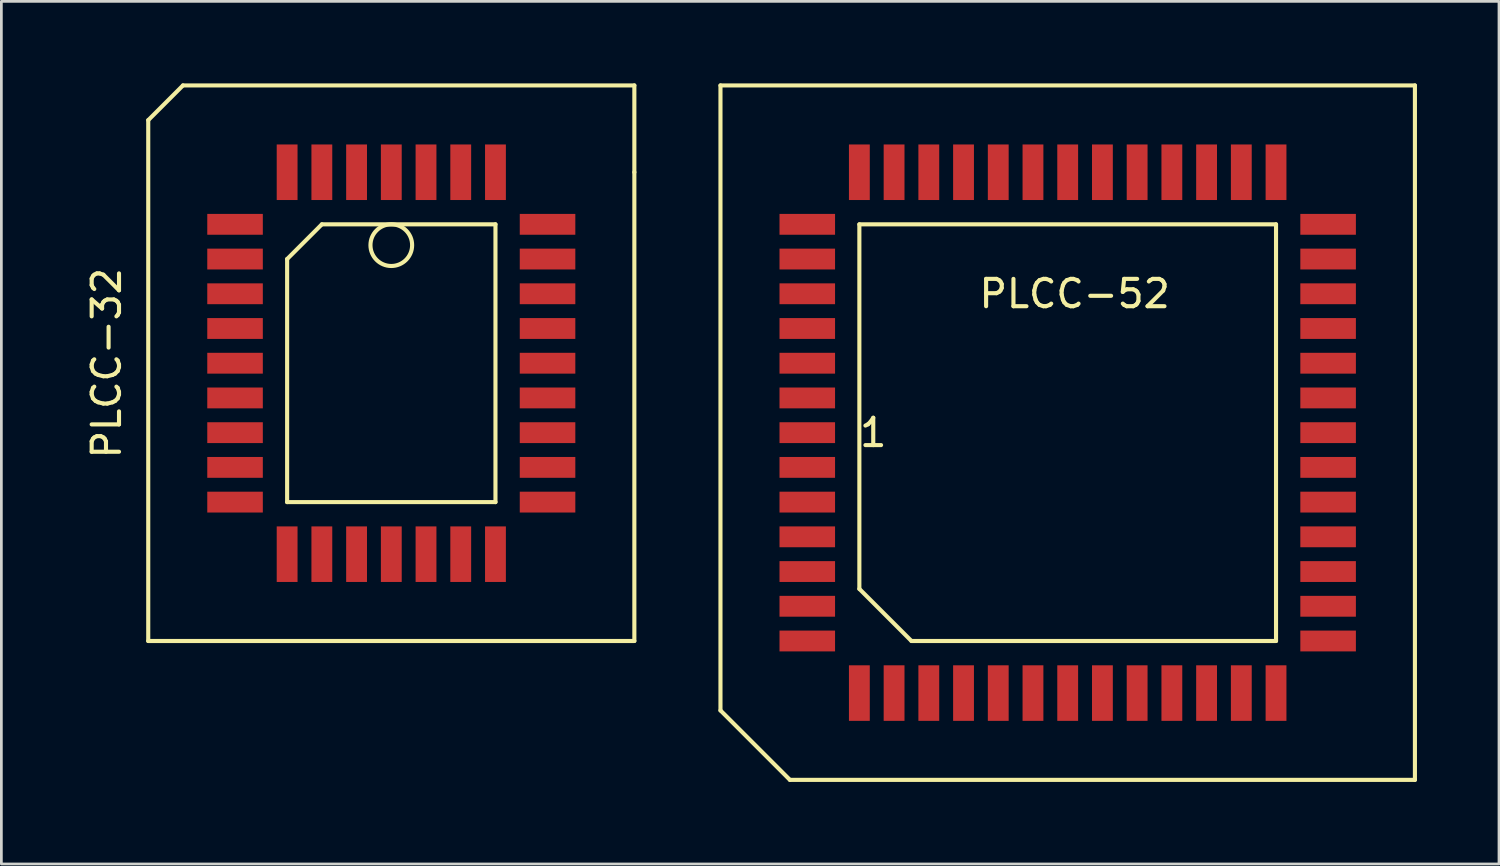
<source format=kicad_pcb>
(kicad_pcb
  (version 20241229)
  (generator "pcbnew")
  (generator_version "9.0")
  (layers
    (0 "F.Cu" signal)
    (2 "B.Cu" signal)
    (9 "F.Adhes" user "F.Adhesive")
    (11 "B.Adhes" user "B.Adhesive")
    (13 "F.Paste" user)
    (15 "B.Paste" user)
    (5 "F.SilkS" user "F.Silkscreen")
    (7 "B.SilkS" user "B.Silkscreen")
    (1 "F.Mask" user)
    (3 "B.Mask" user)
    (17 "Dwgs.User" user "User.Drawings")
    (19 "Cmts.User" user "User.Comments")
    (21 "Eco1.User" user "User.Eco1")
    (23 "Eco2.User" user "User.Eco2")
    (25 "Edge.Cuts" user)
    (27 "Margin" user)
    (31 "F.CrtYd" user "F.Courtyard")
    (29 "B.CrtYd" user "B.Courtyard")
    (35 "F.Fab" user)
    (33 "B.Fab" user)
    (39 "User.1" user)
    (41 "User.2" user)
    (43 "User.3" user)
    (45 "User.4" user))
  (footprint "PLCC-52"
    (layer "F.Cu")
    (at 36.002 12.775)
    (property "Reference" "PLCC-52" (at 0.254 -5.08 0) (layer "F.SilkS") (effects (font (size 1 1) (thickness 0.15))))
    (attr smd)
    (fp_line (start -12.7 -12.7) (end 12.7 -12.7) (stroke (width 0.15) (type solid)) (layer "F.SilkS"))
    (fp_line (start -12.7 10.16) (end -12.7 -12.7) (stroke (width 0.15) (type solid)) (layer "F.SilkS"))
    (fp_line (start -10.16 12.7) (end -12.7 10.16) (stroke (width 0.15) (type solid)) (layer "F.SilkS"))
    (fp_line (start -10.16 12.7) (end 12.7 12.7) (stroke (width 0.15) (type solid)) (layer "F.SilkS"))
    (fp_line (start -7.62 -7.62) (end 7.62 -7.62) (stroke (width 0.15) (type solid)) (layer "F.SilkS"))
    (fp_line (start -7.62 5.715) (end -7.62 -7.62) (stroke (width 0.15) (type solid)) (layer "F.SilkS"))
    (fp_line (start -5.715 7.62) (end -7.62 5.715) (stroke (width 0.15) (type solid)) (layer "F.SilkS"))
    (fp_line (start 7.62 -7.62) (end 7.62 7.62) (stroke (width 0.15) (type solid)) (layer "F.SilkS"))
    (fp_line (start 7.62 7.62) (end -5.715 7.62) (stroke (width 0.15) (type solid)) (layer "F.SilkS"))
    (fp_line (start 12.7 -12.7) (end 12.7 12.7) (stroke (width 0.15) (type solid)) (layer "F.SilkS"))
    (fp_text user "1" (at -7.112 0 0) (layer "F.SilkS") (effects (font (size 1 1) (thickness 0.15))))
    (pad "1" smd rect (at -9.525 0) (size 2.032 0.762) (layers "F.Cu" "F.Mask" "F.Paste"))
    (pad "2" smd rect (at -9.525 1.27) (size 2.032 0.762) (layers "F.Cu" "F.Mask" "F.Paste"))
    (pad "3" smd rect (at -9.525 2.54) (size 2.032 0.762) (layers "F.Cu" "F.Mask" "F.Paste"))
    (pad "4" smd rect (at -9.525 3.81) (size 2.032 0.762) (layers "F.Cu" "F.Mask" "F.Paste"))
    (pad "5" smd rect (at -9.525 5.08) (size 2.032 0.762) (layers "F.Cu" "F.Mask" "F.Paste"))
    (pad "6" smd rect (at -9.525 6.35) (size 2.032 0.762) (layers "F.Cu" "F.Mask" "F.Paste"))
    (pad "7" smd rect (at -9.525 7.62) (size 2.032 0.762) (layers "F.Cu" "F.Mask" "F.Paste"))
    (pad "8" smd rect (at -7.62 9.525) (size 0.762 2.032) (layers "F.Cu" "F.Mask" "F.Paste"))
    (pad "9" smd rect (at -6.35 9.525) (size 0.762 2.032) (layers "F.Cu" "F.Mask" "F.Paste"))
    (pad "10" smd rect (at -5.08 9.525) (size 0.762 2.032) (layers "F.Cu" "F.Mask" "F.Paste"))
    (pad "11" smd rect (at -3.81 9.525) (size 0.762 2.032) (layers "F.Cu" "F.Mask" "F.Paste"))
    (pad "12" smd rect (at -2.54 9.525) (size 0.762 2.032) (layers "F.Cu" "F.Mask" "F.Paste"))
    (pad "13" smd rect (at -1.27 9.525) (size 0.762 2.032) (layers "F.Cu" "F.Mask" "F.Paste"))
    (pad "14" smd rect (at 0 9.525) (size 0.762 2.032) (layers "F.Cu" "F.Mask" "F.Paste"))
    (pad "15" smd rect (at 1.27 9.525) (size 0.762 2.032) (layers "F.Cu" "F.Mask" "F.Paste"))
    (pad "16" smd rect (at 2.54 9.525) (size 0.762 2.032) (layers "F.Cu" "F.Mask" "F.Paste"))
    (pad "17" smd rect (at 3.81 9.525) (size 0.762 2.032) (layers "F.Cu" "F.Mask" "F.Paste"))
    (pad "18" smd rect (at 5.08 9.525) (size 0.762 2.032) (layers "F.Cu" "F.Mask" "F.Paste"))
    (pad "19" smd rect (at 6.35 9.525) (size 0.762 2.032) (layers "F.Cu" "F.Mask" "F.Paste"))
    (pad "20" smd rect (at 7.62 9.525) (size 0.762 2.032) (layers "F.Cu" "F.Mask" "F.Paste"))
    (pad "21" smd rect (at 9.525 7.62) (size 2.032 0.762) (layers "F.Cu" "F.Mask" "F.Paste"))
    (pad "22" smd rect (at 9.525 6.35) (size 2.032 0.762) (layers "F.Cu" "F.Mask" "F.Paste"))
    (pad "23" smd rect (at 9.525 5.08) (size 2.032 0.762) (layers "F.Cu" "F.Mask" "F.Paste"))
    (pad "24" smd rect (at 9.525 3.81) (size 2.032 0.762) (layers "F.Cu" "F.Mask" "F.Paste"))
    (pad "25" smd rect (at 9.525 2.54) (size 2.032 0.762) (layers "F.Cu" "F.Mask" "F.Paste"))
    (pad "26" smd rect (at 9.525 1.27) (size 2.032 0.762) (layers "F.Cu" "F.Mask" "F.Paste"))
    (pad "27" smd rect (at 9.525 0) (size 2.032 0.762) (layers "F.Cu" "F.Mask" "F.Paste"))
    (pad "28" smd rect (at 9.525 -1.27) (size 2.032 0.762) (layers "F.Cu" "F.Mask" "F.Paste"))
    (pad "29" smd rect (at 9.525 -2.54) (size 2.032 0.762) (layers "F.Cu" "F.Mask" "F.Paste"))
    (pad "30" smd rect (at 9.525 -3.81) (size 2.032 0.762) (layers "F.Cu" "F.Mask" "F.Paste"))
    (pad "31" smd rect (at 9.525 -5.08) (size 2.032 0.762) (layers "F.Cu" "F.Mask" "F.Paste"))
    (pad "32" smd rect (at 9.525 -6.35) (size 2.032 0.762) (layers "F.Cu" "F.Mask" "F.Paste"))
    (pad "33" smd rect (at 9.525 -7.62) (size 2.032 0.762) (layers "F.Cu" "F.Mask" "F.Paste"))
    (pad "34" smd rect (at 7.62 -9.525) (size 0.762 2.032) (layers "F.Cu" "F.Mask" "F.Paste"))
    (pad "35" smd rect (at 6.35 -9.525) (size 0.762 2.032) (layers "F.Cu" "F.Mask" "F.Paste"))
    (pad "36" smd rect (at 5.08 -9.525) (size 0.762 2.032) (layers "F.Cu" "F.Mask" "F.Paste"))
    (pad "37" smd rect (at 3.81 -9.525) (size 0.762 2.032) (layers "F.Cu" "F.Mask" "F.Paste"))
    (pad "38" smd rect (at 2.54 -9.525) (size 0.762 2.032) (layers "F.Cu" "F.Mask" "F.Paste"))
    (pad "39" smd rect (at 1.27 -9.525) (size 0.762 2.032) (layers "F.Cu" "F.Mask" "F.Paste"))
    (pad "40" smd rect (at 0 -9.525) (size 0.762 2.032) (layers "F.Cu" "F.Mask" "F.Paste"))
    (pad "41" smd rect (at -1.27 -9.525) (size 0.762 2.032) (layers "F.Cu" "F.Mask" "F.Paste"))
    (pad "42" smd rect (at -2.54 -9.525) (size 0.762 2.032) (layers "F.Cu" "F.Mask" "F.Paste"))
    (pad "43" smd rect (at -3.81 -9.525) (size 0.762 2.032) (layers "F.Cu" "F.Mask" "F.Paste"))
    (pad "44" smd rect (at -5.08 -9.525) (size 0.762 2.032) (layers "F.Cu" "F.Mask" "F.Paste"))
    (pad "45" smd rect (at -6.35 -9.525) (size 0.762 2.032) (layers "F.Cu" "F.Mask" "F.Paste"))
    (pad "46" smd rect (at -7.62 -9.525) (size 0.762 2.032) (layers "F.Cu" "F.Mask" "F.Paste"))
    (pad "47" smd rect (at -9.525 -7.62) (size 2.032 0.762) (layers "F.Cu" "F.Mask" "F.Paste"))
    (pad "48" smd rect (at -9.525 -6.35) (size 2.032 0.762) (layers "F.Cu" "F.Mask" "F.Paste"))
    (pad "49" smd rect (at -9.525 -5.08) (size 2.032 0.762) (layers "F.Cu" "F.Mask" "F.Paste"))
    (pad "50" smd rect (at -9.525 -3.81) (size 2.032 0.762) (layers "F.Cu" "F.Mask" "F.Paste"))
    (pad "51" smd rect (at -9.525 -2.54) (size 2.032 0.762) (layers "F.Cu" "F.Mask" "F.Paste"))
    (pad "52" smd rect (at -9.525 -1.27) (size 2.032 0.762) (layers "F.Cu" "F.Mask" "F.Paste")))
  (footprint "PLCC-32"
    (layer "F.Cu")
    (at 11.262 10.235)
    (property "Reference" "PLCC-32" (at -10.414 0 90) (layer "F.SilkS") (effects (font (size 1 1) (thickness 0.15))))
    (attr smd)
    (fp_line (start -8.89 -8.89) (end -7.62 -10.16) (stroke (width 0.15) (type solid)) (layer "F.SilkS"))
    (fp_line (start -8.89 10.16) (end -8.89 -8.89) (stroke (width 0.15) (type solid)) (layer "F.SilkS"))
    (fp_line (start -7.62 -10.16) (end 8.89 -10.16) (stroke (width 0.15) (type solid)) (layer "F.SilkS"))
    (fp_line (start -3.81 -3.81) (end -3.81 5.08) (stroke (width 0.15) (type solid)) (layer "F.SilkS"))
    (fp_line (start -3.81 5.08) (end 3.81 5.08) (stroke (width 0.15) (type solid)) (layer "F.SilkS"))
    (fp_line (start -2.54 -5.08) (end -3.81 -3.81) (stroke (width 0.15) (type solid)) (layer "F.SilkS"))
    (fp_line (start 3.81 -5.08) (end -2.54 -5.08) (stroke (width 0.15) (type solid)) (layer "F.SilkS"))
    (fp_line (start 3.81 5.08) (end 3.81 -5.08) (stroke (width 0.15) (type solid)) (layer "F.SilkS"))
    (fp_line (start 8.89 -10.16) (end 8.89 -6.985) (stroke (width 0.15) (type solid)) (layer "F.SilkS"))
    (fp_line (start 8.89 -6.985) (end 8.89 10.16) (stroke (width 0.15) (type solid)) (layer "F.SilkS"))
    (fp_line (start 8.89 10.16) (end -8.89 10.16) (stroke (width 0.15) (type solid)) (layer "F.SilkS"))
    (fp_circle (center 0 -4.318) (end 0 -5.08) (stroke (width 0.15) (type solid)) (fill no) (layer "F.SilkS"))
    (pad "1" smd rect (at 0 -6.985) (size 0.762 2.032) (layers "F.Cu" "F.Mask" "F.Paste"))
    (pad "2" smd rect (at -1.27 -6.985) (size 0.762 2.032) (layers "F.Cu" "F.Mask" "F.Paste"))
    (pad "3" smd rect (at -2.54 -6.985) (size 0.762 2.032) (layers "F.Cu" "F.Mask" "F.Paste"))
    (pad "4" smd rect (at -3.81 -6.985) (size 0.762 2.032) (layers "F.Cu" "F.Mask" "F.Paste"))
    (pad "5" smd rect (at -5.715 -5.08) (size 2.032 0.762) (layers "F.Cu" "F.Mask" "F.Paste"))
    (pad "6" smd rect (at -5.715 -3.81) (size 2.032 0.762) (layers "F.Cu" "F.Mask" "F.Paste"))
    (pad "7" smd rect (at -5.715 -2.54) (size 2.032 0.762) (layers "F.Cu" "F.Mask" "F.Paste"))
    (pad "8" smd rect (at -5.715 -1.27) (size 2.032 0.762) (layers "F.Cu" "F.Mask" "F.Paste"))
    (pad "9" smd rect (at -5.715 0) (size 2.032 0.762) (layers "F.Cu" "F.Mask" "F.Paste"))
    (pad "10" smd rect (at -5.715 1.27) (size 2.032 0.762) (layers "F.Cu" "F.Mask" "F.Paste"))
    (pad "11" smd rect (at -5.715 2.54) (size 2.032 0.762) (layers "F.Cu" "F.Mask" "F.Paste"))
    (pad "12" smd rect (at -5.715 3.81) (size 2.032 0.762) (layers "F.Cu" "F.Mask" "F.Paste"))
    (pad "13" smd rect (at -5.715 5.08) (size 2.032 0.762) (layers "F.Cu" "F.Mask" "F.Paste"))
    (pad "14" smd rect (at -3.81 6.985) (size 0.762 2.032) (layers "F.Cu" "F.Mask" "F.Paste"))
    (pad "15" smd rect (at -2.54 6.985) (size 0.762 2.032) (layers "F.Cu" "F.Mask" "F.Paste"))
    (pad "16" smd rect (at -1.27 6.985) (size 0.762 2.032) (layers "F.Cu" "F.Mask" "F.Paste"))
    (pad "17" smd rect (at 0 6.985) (size 0.762 2.032) (layers "F.Cu" "F.Mask" "F.Paste"))
    (pad "18" smd rect (at 1.27 6.985) (size 0.762 2.032) (layers "F.Cu" "F.Mask" "F.Paste"))
    (pad "19" smd rect (at 2.54 6.985) (size 0.762 2.032) (layers "F.Cu" "F.Mask" "F.Paste"))
    (pad "20" smd rect (at 3.81 6.985) (size 0.762 2.032) (layers "F.Cu" "F.Mask" "F.Paste"))
    (pad "21" smd rect (at 5.715 5.08) (size 2.032 0.762) (layers "F.Cu" "F.Mask" "F.Paste"))
    (pad "22" smd rect (at 5.715 3.81) (size 2.032 0.762) (layers "F.Cu" "F.Mask" "F.Paste"))
    (pad "23" smd rect (at 5.715 2.54) (size 2.032 0.762) (layers "F.Cu" "F.Mask" "F.Paste"))
    (pad "24" smd rect (at 5.715 1.27) (size 2.032 0.762) (layers "F.Cu" "F.Mask" "F.Paste"))
    (pad "25" smd rect (at 5.715 0) (size 2.032 0.762) (layers "F.Cu" "F.Mask" "F.Paste"))
    (pad "26" smd rect (at 5.715 -1.27) (size 2.032 0.762) (layers "F.Cu" "F.Mask" "F.Paste"))
    (pad "27" smd rect (at 5.715 -2.54) (size 2.032 0.762) (layers "F.Cu" "F.Mask" "F.Paste"))
    (pad "28" smd rect (at 5.715 -3.81) (size 2.032 0.762) (layers "F.Cu" "F.Mask" "F.Paste"))
    (pad "29" smd rect (at 5.715 -5.08) (size 2.032 0.762) (layers "F.Cu" "F.Mask" "F.Paste"))
    (pad "30" smd rect (at 3.81 -6.985) (size 0.762 2.032) (layers "F.Cu" "F.Mask" "F.Paste"))
    (pad "31" smd rect (at 2.54 -6.985) (size 0.762 2.032) (layers "F.Cu" "F.Mask" "F.Paste"))
    (pad "32" smd rect (at 1.27 -6.985) (size 0.762 2.032) (layers "F.Cu" "F.Mask" "F.Paste")))
  (gr_rect
    (start -3 -3)
    (end 51.777 28.55)
    (stroke (width 0.1) (type default))
    (fill no)
    (layer "Edge.Cuts")))
</source>
